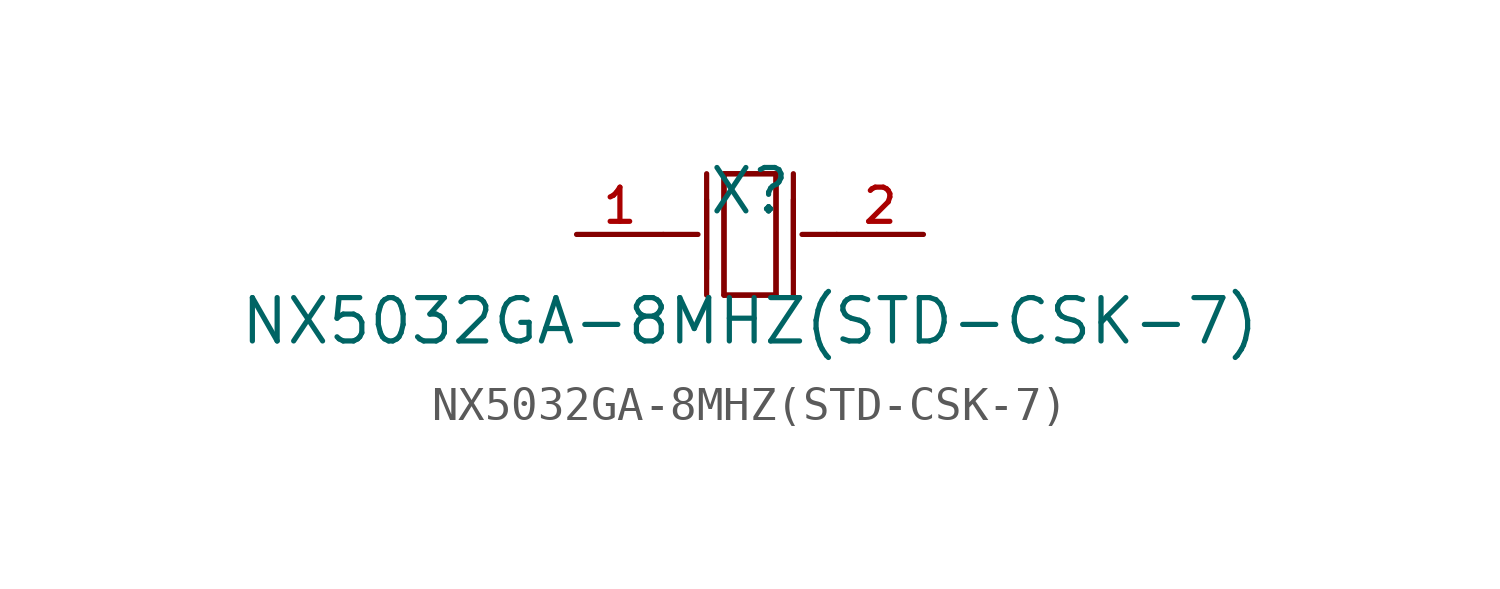
<source format=kicad_sym>
(kicad_symbol_lib
  (version 20210201)
  (generator TousstNicolas/JLC2KiCad_lib)
  (symbol "NX5032GA-8MHZ(STD-CSK-7)"
    (pin_names hide)
    (property "Reference" "X"
      (at 0 1.27 0)
      (effects (font (size 1.27 1.27))))
    (property "Value" "NX5032GA-8MHZ(STD-CSK-7)"
      (at 0 -2.54 0)
      (effects (font (size 1.27 1.27))))
    (symbol "NX5032GA-8MHZ(STD-CSK-7)_0_1"
      (pin input line (at -5.08 -0.0 0) (length 2.54) (name "OSC1" (effects (font (size 1 1)))) (number "1" (effects (font (size 1 1)))))
      (pin input line (at 5.08 -0.0 180) (length 2.54) (name "OSC2" (effects (font (size 1 1)))) (number "2" (effects (font (size 1 1)))))
      (polyline (pts (xy -1.27 -1.016) (xy -1.27 1.016)) (stroke (width 0) (type default) (color 0 0 0 0)) (fill (type none)))
      (polyline (pts (xy 0.762 -1.778) (xy -0.762 -1.778)) (stroke (width 0) (type default) (color 0 0 0 0)) (fill (type none)))
      (polyline (pts (xy 1.27 -1.016) (xy 1.27 1.016)) (stroke (width 0) (type default) (color 0 0 0 0)) (fill (type none)))
      (polyline (pts (xy -0.762 -1.778) (xy -0.762 1.778) (xy 0.762 1.778) (xy 0.762 -1.778)) (stroke (width 0) (type default) (color 0 0 0 0)) (fill (type none)))
      (polyline (pts (xy 2.54 -0.0) (xy 1.524 -0.0)) (stroke (width 0) (type default) (color 0 0 0 0)) (fill (type none)))
      (polyline (pts (xy -2.54 -0.0) (xy -1.524 -0.0)) (stroke (width 0) (type default) (color 0 0 0 0)) (fill (type none)))
      (polyline (pts (xy 1.27 -1.778) (xy 1.27 1.778)) (stroke (width 0) (type default) (color 0 0 0 0)) (fill (type none)))
      (polyline (pts (xy -1.27 -1.778) (xy -1.27 1.778)) (stroke (width 0) (type default) (color 0 0 0 0)) (fill (type none)))
      (polyline (pts (xy 0.762 1.778) (xy 0.762 -1.778) (xy -0.762 -1.778) (xy -0.762 1.778) (xy 0.762 1.778)) (stroke (width 0) (type default) (color 0 0 0 0)) (fill (type none))))))
</source>
